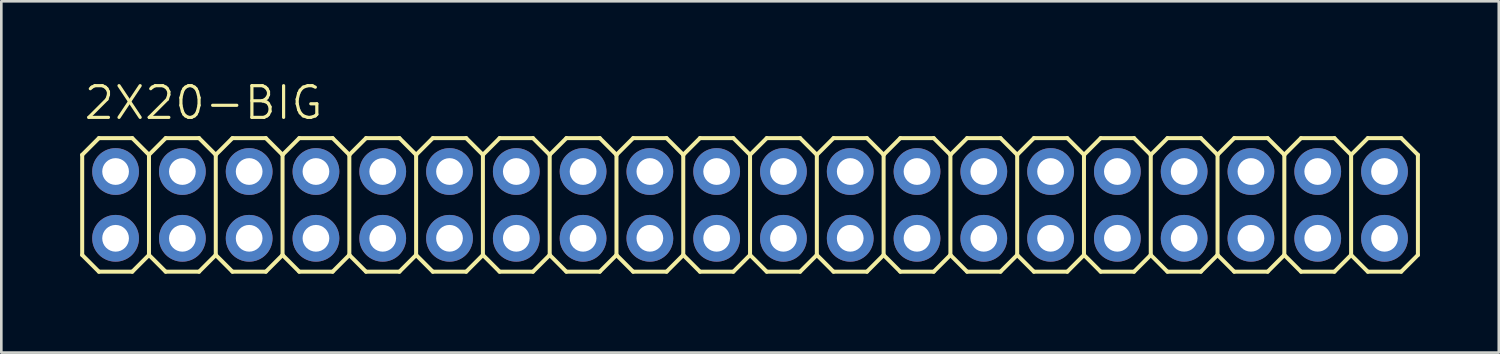
<source format=kicad_pcb>
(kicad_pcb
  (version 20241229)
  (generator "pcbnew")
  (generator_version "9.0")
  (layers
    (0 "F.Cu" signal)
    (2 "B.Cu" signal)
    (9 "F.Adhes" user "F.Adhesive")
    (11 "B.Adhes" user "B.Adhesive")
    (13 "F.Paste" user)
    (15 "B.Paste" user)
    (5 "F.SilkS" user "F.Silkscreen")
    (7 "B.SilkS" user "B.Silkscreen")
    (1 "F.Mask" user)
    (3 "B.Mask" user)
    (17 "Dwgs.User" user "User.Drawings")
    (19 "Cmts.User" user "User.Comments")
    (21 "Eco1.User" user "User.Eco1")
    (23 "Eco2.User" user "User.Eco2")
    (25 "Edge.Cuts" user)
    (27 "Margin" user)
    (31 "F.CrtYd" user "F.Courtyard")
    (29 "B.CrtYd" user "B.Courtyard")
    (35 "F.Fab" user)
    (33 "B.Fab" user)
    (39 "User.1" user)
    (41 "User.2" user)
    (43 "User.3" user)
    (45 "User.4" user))
  (footprint "2X20-BIG"
    (layer "F.Cu")
    (at 25.476 4.743)
    (property "Reference" "2X20-BIG" (at -25.4 -3.175 0) (layer "F.SilkS") (effects (font (size 1.206 1.206) (thickness 0.121)) (justify left bottom)))
    (attr through_hole)
    (fp_line (start -25.4 -1.905) (end -24.765 -2.54) (stroke (width 0.152) (type solid)) (layer "F.SilkS"))
    (fp_line (start -25.4 1.905) (end -25.4 -1.905) (stroke (width 0.152) (type solid)) (layer "F.SilkS"))
    (fp_line (start -25.4 1.905) (end -24.765 2.54) (stroke (width 0.152) (type solid)) (layer "F.SilkS"))
    (fp_line (start -24.765 -2.54) (end -23.495 -2.54) (stroke (width 0.152) (type solid)) (layer "F.SilkS"))
    (fp_line (start -24.765 2.54) (end -23.495 2.54) (stroke (width 0.152) (type solid)) (layer "F.SilkS"))
    (fp_line (start -23.495 -2.54) (end -22.86 -1.905) (stroke (width 0.152) (type solid)) (layer "F.SilkS"))
    (fp_line (start -23.495 2.54) (end -22.86 1.905) (stroke (width 0.152) (type solid)) (layer "F.SilkS"))
    (fp_line (start -22.86 -1.905) (end -22.86 1.905) (stroke (width 0.152) (type solid)) (layer "F.SilkS"))
    (fp_line (start -22.86 -1.905) (end -22.225 -2.54) (stroke (width 0.152) (type solid)) (layer "F.SilkS"))
    (fp_line (start -22.86 1.905) (end -22.225 2.54) (stroke (width 0.152) (type solid)) (layer "F.SilkS"))
    (fp_line (start -22.225 -2.54) (end -20.955 -2.54) (stroke (width 0.152) (type solid)) (layer "F.SilkS"))
    (fp_line (start -22.225 2.54) (end -20.955 2.54) (stroke (width 0.152) (type solid)) (layer "F.SilkS"))
    (fp_line (start -20.955 -2.54) (end -20.32 -1.905) (stroke (width 0.152) (type solid)) (layer "F.SilkS"))
    (fp_line (start -20.955 2.54) (end -20.32 1.905) (stroke (width 0.152) (type solid)) (layer "F.SilkS"))
    (fp_line (start -20.32 -1.905) (end -20.32 1.905) (stroke (width 0.152) (type solid)) (layer "F.SilkS"))
    (fp_line (start -20.32 -1.905) (end -19.685 -2.54) (stroke (width 0.152) (type solid)) (layer "F.SilkS"))
    (fp_line (start -20.32 1.905) (end -19.685 2.54) (stroke (width 0.152) (type solid)) (layer "F.SilkS"))
    (fp_line (start -19.685 -2.54) (end -18.415 -2.54) (stroke (width 0.152) (type solid)) (layer "F.SilkS"))
    (fp_line (start -19.685 2.54) (end -18.415 2.54) (stroke (width 0.152) (type solid)) (layer "F.SilkS"))
    (fp_line (start -18.415 -2.54) (end -17.78 -1.905) (stroke (width 0.152) (type solid)) (layer "F.SilkS"))
    (fp_line (start -18.415 2.54) (end -17.78 1.905) (stroke (width 0.152) (type solid)) (layer "F.SilkS"))
    (fp_line (start -17.78 -1.905) (end -17.78 1.905) (stroke (width 0.152) (type solid)) (layer "F.SilkS"))
    (fp_line (start -17.78 -1.905) (end -17.145 -2.54) (stroke (width 0.152) (type solid)) (layer "F.SilkS"))
    (fp_line (start -17.78 1.905) (end -17.145 2.54) (stroke (width 0.152) (type solid)) (layer "F.SilkS"))
    (fp_line (start -17.145 -2.54) (end -15.875 -2.54) (stroke (width 0.152) (type solid)) (layer "F.SilkS"))
    (fp_line (start -17.145 2.54) (end -15.875 2.54) (stroke (width 0.152) (type solid)) (layer "F.SilkS"))
    (fp_line (start -15.875 -2.54) (end -15.24 -1.905) (stroke (width 0.152) (type solid)) (layer "F.SilkS"))
    (fp_line (start -15.875 2.54) (end -15.24 1.905) (stroke (width 0.152) (type solid)) (layer "F.SilkS"))
    (fp_line (start -15.24 -1.905) (end -15.24 1.905) (stroke (width 0.152) (type solid)) (layer "F.SilkS"))
    (fp_line (start -15.24 -1.905) (end -14.605 -2.54) (stroke (width 0.152) (type solid)) (layer "F.SilkS"))
    (fp_line (start -15.24 1.905) (end -14.605 2.54) (stroke (width 0.152) (type solid)) (layer "F.SilkS"))
    (fp_line (start -14.605 -2.54) (end -13.335 -2.54) (stroke (width 0.152) (type solid)) (layer "F.SilkS"))
    (fp_line (start -14.605 2.54) (end -13.335 2.54) (stroke (width 0.152) (type solid)) (layer "F.SilkS"))
    (fp_line (start -13.335 -2.54) (end -12.7 -1.905) (stroke (width 0.152) (type solid)) (layer "F.SilkS"))
    (fp_line (start -13.335 2.54) (end -12.7 1.905) (stroke (width 0.152) (type solid)) (layer "F.SilkS"))
    (fp_line (start -12.7 -1.905) (end -12.7 1.905) (stroke (width 0.152) (type solid)) (layer "F.SilkS"))
    (fp_line (start -12.7 -1.905) (end -12.065 -2.54) (stroke (width 0.152) (type solid)) (layer "F.SilkS"))
    (fp_line (start -12.7 1.905) (end -12.065 2.54) (stroke (width 0.152) (type solid)) (layer "F.SilkS"))
    (fp_line (start -12.065 -2.54) (end -10.795 -2.54) (stroke (width 0.152) (type solid)) (layer "F.SilkS"))
    (fp_line (start -12.065 2.54) (end -10.795 2.54) (stroke (width 0.152) (type solid)) (layer "F.SilkS"))
    (fp_line (start -10.795 -2.54) (end -10.16 -1.905) (stroke (width 0.152) (type solid)) (layer "F.SilkS"))
    (fp_line (start -10.795 2.54) (end -10.16 1.905) (stroke (width 0.152) (type solid)) (layer "F.SilkS"))
    (fp_line (start -10.16 -1.905) (end -10.16 1.905) (stroke (width 0.152) (type solid)) (layer "F.SilkS"))
    (fp_line (start -10.16 -1.905) (end -9.525 -2.54) (stroke (width 0.152) (type solid)) (layer "F.SilkS"))
    (fp_line (start -10.16 1.905) (end -9.525 2.54) (stroke (width 0.152) (type solid)) (layer "F.SilkS"))
    (fp_line (start -9.525 -2.54) (end -8.255 -2.54) (stroke (width 0.152) (type solid)) (layer "F.SilkS"))
    (fp_line (start -8.255 -2.54) (end -7.62 -1.905) (stroke (width 0.152) (type solid)) (layer "F.SilkS"))
    (fp_line (start -8.255 2.54) (end -9.525 2.54) (stroke (width 0.152) (type solid)) (layer "F.SilkS"))
    (fp_line (start -7.62 -1.905) (end -7.62 1.905) (stroke (width 0.152) (type solid)) (layer "F.SilkS"))
    (fp_line (start -7.62 -1.905) (end -6.985 -2.54) (stroke (width 0.152) (type solid)) (layer "F.SilkS"))
    (fp_line (start -7.62 1.905) (end -8.255 2.54) (stroke (width 0.152) (type solid)) (layer "F.SilkS"))
    (fp_line (start -7.62 1.905) (end -6.985 2.54) (stroke (width 0.152) (type solid)) (layer "F.SilkS"))
    (fp_line (start -6.985 -2.54) (end -5.715 -2.54) (stroke (width 0.152) (type solid)) (layer "F.SilkS"))
    (fp_line (start -5.715 -2.54) (end -5.08 -1.905) (stroke (width 0.152) (type solid)) (layer "F.SilkS"))
    (fp_line (start -5.715 2.54) (end -6.985 2.54) (stroke (width 0.152) (type solid)) (layer "F.SilkS"))
    (fp_line (start -5.08 -1.905) (end -5.08 1.905) (stroke (width 0.152) (type solid)) (layer "F.SilkS"))
    (fp_line (start -5.08 -1.905) (end -4.445 -2.54) (stroke (width 0.152) (type solid)) (layer "F.SilkS"))
    (fp_line (start -5.08 1.905) (end -5.715 2.54) (stroke (width 0.152) (type solid)) (layer "F.SilkS"))
    (fp_line (start -5.08 1.905) (end -4.445 2.54) (stroke (width 0.152) (type solid)) (layer "F.SilkS"))
    (fp_line (start -4.445 -2.54) (end -3.175 -2.54) (stroke (width 0.152) (type solid)) (layer "F.SilkS"))
    (fp_line (start -3.175 -2.54) (end -2.54 -1.905) (stroke (width 0.152) (type solid)) (layer "F.SilkS"))
    (fp_line (start -3.175 2.54) (end -4.445 2.54) (stroke (width 0.152) (type solid)) (layer "F.SilkS"))
    (fp_line (start -2.54 -1.905) (end -2.54 1.905) (stroke (width 0.152) (type solid)) (layer "F.SilkS"))
    (fp_line (start -2.54 -1.905) (end -1.905 -2.54) (stroke (width 0.152) (type solid)) (layer "F.SilkS"))
    (fp_line (start -2.54 1.905) (end -3.175 2.54) (stroke (width 0.152) (type solid)) (layer "F.SilkS"))
    (fp_line (start -2.54 1.905) (end -1.905 2.54) (stroke (width 0.152) (type solid)) (layer "F.SilkS"))
    (fp_line (start -1.905 -2.54) (end -0.635 -2.54) (stroke (width 0.152) (type solid)) (layer "F.SilkS"))
    (fp_line (start -0.635 -2.54) (end 0 -1.905) (stroke (width 0.152) (type solid)) (layer "F.SilkS"))
    (fp_line (start -0.635 2.54) (end -1.905 2.54) (stroke (width 0.152) (type solid)) (layer "F.SilkS"))
    (fp_line (start 0 -1.905) (end 0 1.905) (stroke (width 0.152) (type solid)) (layer "F.SilkS"))
    (fp_line (start 0 -1.905) (end 0.635 -2.54) (stroke (width 0.152) (type solid)) (layer "F.SilkS"))
    (fp_line (start 0 1.905) (end -0.635 2.54) (stroke (width 0.152) (type solid)) (layer "F.SilkS"))
    (fp_line (start 0 1.905) (end 0.635 2.54) (stroke (width 0.152) (type solid)) (layer "F.SilkS"))
    (fp_line (start 0.635 -2.54) (end 1.905 -2.54) (stroke (width 0.152) (type solid)) (layer "F.SilkS"))
    (fp_line (start 1.905 -2.54) (end 2.54 -1.905) (stroke (width 0.152) (type solid)) (layer "F.SilkS"))
    (fp_line (start 1.905 2.54) (end 0.635 2.54) (stroke (width 0.152) (type solid)) (layer "F.SilkS"))
    (fp_line (start 2.54 -1.905) (end 2.54 1.905) (stroke (width 0.152) (type solid)) (layer "F.SilkS"))
    (fp_line (start 2.54 -1.905) (end 3.175 -2.54) (stroke (width 0.152) (type solid)) (layer "F.SilkS"))
    (fp_line (start 2.54 1.905) (end 1.905 2.54) (stroke (width 0.152) (type solid)) (layer "F.SilkS"))
    (fp_line (start 2.54 1.905) (end 3.175 2.54) (stroke (width 0.152) (type solid)) (layer "F.SilkS"))
    (fp_line (start 3.175 -2.54) (end 4.445 -2.54) (stroke (width 0.152) (type solid)) (layer "F.SilkS"))
    (fp_line (start 4.445 2.54) (end 3.175 2.54) (stroke (width 0.152) (type solid)) (layer "F.SilkS"))
    (fp_line (start 5.08 -1.905) (end 4.445 -2.54) (stroke (width 0.152) (type solid)) (layer "F.SilkS"))
    (fp_line (start 5.08 -1.905) (end 5.08 1.905) (stroke (width 0.152) (type solid)) (layer "F.SilkS"))
    (fp_line (start 5.08 -1.905) (end 5.715 -2.54) (stroke (width 0.152) (type solid)) (layer "F.SilkS"))
    (fp_line (start 5.08 1.905) (end 4.445 2.54) (stroke (width 0.152) (type solid)) (layer "F.SilkS"))
    (fp_line (start 5.08 1.905) (end 5.715 2.54) (stroke (width 0.152) (type solid)) (layer "F.SilkS"))
    (fp_line (start 6.985 -2.54) (end 5.715 -2.54) (stroke (width 0.152) (type solid)) (layer "F.SilkS"))
    (fp_line (start 6.985 -2.54) (end 7.62 -1.905) (stroke (width 0.152) (type solid)) (layer "F.SilkS"))
    (fp_line (start 6.985 2.54) (end 5.715 2.54) (stroke (width 0.152) (type solid)) (layer "F.SilkS"))
    (fp_line (start 7.62 -1.905) (end 7.62 1.905) (stroke (width 0.152) (type solid)) (layer "F.SilkS"))
    (fp_line (start 7.62 -1.905) (end 8.255 -2.54) (stroke (width 0.152) (type solid)) (layer "F.SilkS"))
    (fp_line (start 7.62 1.905) (end 6.985 2.54) (stroke (width 0.152) (type solid)) (layer "F.SilkS"))
    (fp_line (start 7.62 1.905) (end 8.255 2.54) (stroke (width 0.152) (type solid)) (layer "F.SilkS"))
    (fp_line (start 9.525 -2.54) (end 8.255 -2.54) (stroke (width 0.152) (type solid)) (layer "F.SilkS"))
    (fp_line (start 9.525 -2.54) (end 10.16 -1.905) (stroke (width 0.152) (type solid)) (layer "F.SilkS"))
    (fp_line (start 9.525 2.54) (end 8.255 2.54) (stroke (width 0.152) (type solid)) (layer "F.SilkS"))
    (fp_line (start 10.16 -1.905) (end 10.16 1.905) (stroke (width 0.152) (type solid)) (layer "F.SilkS"))
    (fp_line (start 10.16 -1.905) (end 10.795 -2.54) (stroke (width 0.152) (type solid)) (layer "F.SilkS"))
    (fp_line (start 10.16 1.905) (end 9.525 2.54) (stroke (width 0.152) (type solid)) (layer "F.SilkS"))
    (fp_line (start 10.795 2.54) (end 10.16 1.905) (stroke (width 0.152) (type solid)) (layer "F.SilkS"))
    (fp_line (start 10.795 2.54) (end 12.065 2.54) (stroke (width 0.152) (type solid)) (layer "F.SilkS"))
    (fp_line (start 12.065 -2.54) (end 10.795 -2.54) (stroke (width 0.152) (type solid)) (layer "F.SilkS"))
    (fp_line (start 12.065 -2.54) (end 12.7 -1.905) (stroke (width 0.152) (type solid)) (layer "F.SilkS"))
    (fp_line (start 12.7 -1.905) (end 12.7 1.905) (stroke (width 0.152) (type solid)) (layer "F.SilkS"))
    (fp_line (start 12.7 -1.905) (end 13.335 -2.54) (stroke (width 0.152) (type solid)) (layer "F.SilkS"))
    (fp_line (start 12.7 1.905) (end 12.065 2.54) (stroke (width 0.152) (type solid)) (layer "F.SilkS"))
    (fp_line (start 13.335 2.54) (end 12.7 1.905) (stroke (width 0.152) (type solid)) (layer "F.SilkS"))
    (fp_line (start 13.335 2.54) (end 14.605 2.54) (stroke (width 0.152) (type solid)) (layer "F.SilkS"))
    (fp_line (start 14.605 -2.54) (end 13.335 -2.54) (stroke (width 0.152) (type solid)) (layer "F.SilkS"))
    (fp_line (start 14.605 -2.54) (end 15.24 -1.905) (stroke (width 0.152) (type solid)) (layer "F.SilkS"))
    (fp_line (start 15.24 -1.905) (end 15.24 1.905) (stroke (width 0.152) (type solid)) (layer "F.SilkS"))
    (fp_line (start 15.24 -1.905) (end 15.875 -2.54) (stroke (width 0.152) (type solid)) (layer "F.SilkS"))
    (fp_line (start 15.24 1.905) (end 14.605 2.54) (stroke (width 0.152) (type solid)) (layer "F.SilkS"))
    (fp_line (start 15.24 1.905) (end 15.875 2.54) (stroke (width 0.152) (type solid)) (layer "F.SilkS"))
    (fp_line (start 17.145 -2.54) (end 15.875 -2.54) (stroke (width 0.152) (type solid)) (layer "F.SilkS"))
    (fp_line (start 17.145 -2.54) (end 17.78 -1.905) (stroke (width 0.152) (type solid)) (layer "F.SilkS"))
    (fp_line (start 17.145 2.54) (end 15.875 2.54) (stroke (width 0.152) (type solid)) (layer "F.SilkS"))
    (fp_line (start 17.78 -1.905) (end 17.78 1.905) (stroke (width 0.152) (type solid)) (layer "F.SilkS"))
    (fp_line (start 17.78 -1.905) (end 18.415 -2.54) (stroke (width 0.152) (type solid)) (layer "F.SilkS"))
    (fp_line (start 17.78 1.905) (end 17.145 2.54) (stroke (width 0.152) (type solid)) (layer "F.SilkS"))
    (fp_line (start 17.78 1.905) (end 18.415 2.54) (stroke (width 0.152) (type solid)) (layer "F.SilkS"))
    (fp_line (start 19.685 -2.54) (end 18.415 -2.54) (stroke (width 0.152) (type solid)) (layer "F.SilkS"))
    (fp_line (start 19.685 -2.54) (end 20.32 -1.905) (stroke (width 0.152) (type solid)) (layer "F.SilkS"))
    (fp_line (start 19.685 2.54) (end 18.415 2.54) (stroke (width 0.152) (type solid)) (layer "F.SilkS"))
    (fp_line (start 20.32 -1.905) (end 20.32 1.905) (stroke (width 0.152) (type solid)) (layer "F.SilkS"))
    (fp_line (start 20.32 -1.905) (end 20.955 -2.54) (stroke (width 0.152) (type solid)) (layer "F.SilkS"))
    (fp_line (start 20.32 1.905) (end 19.685 2.54) (stroke (width 0.152) (type solid)) (layer "F.SilkS"))
    (fp_line (start 20.32 1.905) (end 20.955 2.54) (stroke (width 0.152) (type solid)) (layer "F.SilkS"))
    (fp_line (start 22.225 -2.54) (end 20.955 -2.54) (stroke (width 0.152) (type solid)) (layer "F.SilkS"))
    (fp_line (start 22.225 -2.54) (end 22.86 -1.905) (stroke (width 0.152) (type solid)) (layer "F.SilkS"))
    (fp_line (start 22.225 2.54) (end 20.955 2.54) (stroke (width 0.152) (type solid)) (layer "F.SilkS"))
    (fp_line (start 22.86 -1.905) (end 22.86 1.905) (stroke (width 0.152) (type solid)) (layer "F.SilkS"))
    (fp_line (start 22.86 -1.905) (end 23.495 -2.54) (stroke (width 0.152) (type solid)) (layer "F.SilkS"))
    (fp_line (start 22.86 1.905) (end 22.225 2.54) (stroke (width 0.152) (type solid)) (layer "F.SilkS"))
    (fp_line (start 22.86 1.905) (end 23.495 2.54) (stroke (width 0.152) (type solid)) (layer "F.SilkS"))
    (fp_line (start 24.765 -2.54) (end 23.495 -2.54) (stroke (width 0.152) (type solid)) (layer "F.SilkS"))
    (fp_line (start 24.765 -2.54) (end 25.4 -1.905) (stroke (width 0.152) (type solid)) (layer "F.SilkS"))
    (fp_line (start 24.765 2.54) (end 23.495 2.54) (stroke (width 0.152) (type solid)) (layer "F.SilkS"))
    (fp_line (start 25.4 -1.905) (end 25.4 1.905) (stroke (width 0.152) (type solid)) (layer "F.SilkS"))
    (fp_line (start 25.4 1.905) (end 24.765 2.54) (stroke (width 0.152) (type solid)) (layer "F.SilkS"))
    (fp_poly (pts (xy -24.384 -1.016) (xy -23.876 -1.016) (xy -23.876 -1.524) (xy -24.384 -1.524)) (stroke (width 0.1) (type solid)) (fill no) (layer "F.Fab"))
    (fp_poly (pts (xy -24.384 1.524) (xy -23.876 1.524) (xy -23.876 1.016) (xy -24.384 1.016)) (stroke (width 0.1) (type solid)) (fill no) (layer "F.Fab"))
    (fp_poly (pts (xy -21.844 -1.016) (xy -21.336 -1.016) (xy -21.336 -1.524) (xy -21.844 -1.524)) (stroke (width 0.1) (type solid)) (fill no) (layer "F.Fab"))
    (fp_poly (pts (xy -21.844 1.524) (xy -21.336 1.524) (xy -21.336 1.016) (xy -21.844 1.016)) (stroke (width 0.1) (type solid)) (fill no) (layer "F.Fab"))
    (fp_poly (pts (xy -19.304 -1.016) (xy -18.796 -1.016) (xy -18.796 -1.524) (xy -19.304 -1.524)) (stroke (width 0.1) (type solid)) (fill no) (layer "F.Fab"))
    (fp_poly (pts (xy -19.304 1.524) (xy -18.796 1.524) (xy -18.796 1.016) (xy -19.304 1.016)) (stroke (width 0.1) (type solid)) (fill no) (layer "F.Fab"))
    (fp_poly (pts (xy -16.764 -1.016) (xy -16.256 -1.016) (xy -16.256 -1.524) (xy -16.764 -1.524)) (stroke (width 0.1) (type solid)) (fill no) (layer "F.Fab"))
    (fp_poly (pts (xy -16.764 1.524) (xy -16.256 1.524) (xy -16.256 1.016) (xy -16.764 1.016)) (stroke (width 0.1) (type solid)) (fill no) (layer "F.Fab"))
    (fp_poly (pts (xy -14.224 -1.016) (xy -13.716 -1.016) (xy -13.716 -1.524) (xy -14.224 -1.524)) (stroke (width 0.1) (type solid)) (fill no) (layer "F.Fab"))
    (fp_poly (pts (xy -14.224 1.524) (xy -13.716 1.524) (xy -13.716 1.016) (xy -14.224 1.016)) (stroke (width 0.1) (type solid)) (fill no) (layer "F.Fab"))
    (fp_poly (pts (xy -11.684 -1.016) (xy -11.176 -1.016) (xy -11.176 -1.524) (xy -11.684 -1.524)) (stroke (width 0.1) (type solid)) (fill no) (layer "F.Fab"))
    (fp_poly (pts (xy -11.684 1.524) (xy -11.176 1.524) (xy -11.176 1.016) (xy -11.684 1.016)) (stroke (width 0.1) (type solid)) (fill no) (layer "F.Fab"))
    (fp_poly (pts (xy -9.144 -1.016) (xy -8.636 -1.016) (xy -8.636 -1.524) (xy -9.144 -1.524)) (stroke (width 0.1) (type solid)) (fill no) (layer "F.Fab"))
    (fp_poly (pts (xy -9.144 1.524) (xy -8.636 1.524) (xy -8.636 1.016) (xy -9.144 1.016)) (stroke (width 0.1) (type solid)) (fill no) (layer "F.Fab"))
    (fp_poly (pts (xy -6.604 -1.016) (xy -6.096 -1.016) (xy -6.096 -1.524) (xy -6.604 -1.524)) (stroke (width 0.1) (type solid)) (fill no) (layer "F.Fab"))
    (fp_poly (pts (xy -6.604 1.524) (xy -6.096 1.524) (xy -6.096 1.016) (xy -6.604 1.016)) (stroke (width 0.1) (type solid)) (fill no) (layer "F.Fab"))
    (fp_poly (pts (xy -4.064 -1.016) (xy -3.556 -1.016) (xy -3.556 -1.524) (xy -4.064 -1.524)) (stroke (width 0.1) (type solid)) (fill no) (layer "F.Fab"))
    (fp_poly (pts (xy -4.064 1.524) (xy -3.556 1.524) (xy -3.556 1.016) (xy -4.064 1.016)) (stroke (width 0.1) (type solid)) (fill no) (layer "F.Fab"))
    (fp_poly (pts (xy -1.524 -1.016) (xy -1.016 -1.016) (xy -1.016 -1.524) (xy -1.524 -1.524)) (stroke (width 0.1) (type solid)) (fill no) (layer "F.Fab"))
    (fp_poly (pts (xy -1.524 1.524) (xy -1.016 1.524) (xy -1.016 1.016) (xy -1.524 1.016)) (stroke (width 0.1) (type solid)) (fill no) (layer "F.Fab"))
    (fp_poly (pts (xy 1.016 -1.016) (xy 1.524 -1.016) (xy 1.524 -1.524) (xy 1.016 -1.524)) (stroke (width 0.1) (type solid)) (fill no) (layer "F.Fab"))
    (fp_poly (pts (xy 1.016 1.524) (xy 1.524 1.524) (xy 1.524 1.016) (xy 1.016 1.016)) (stroke (width 0.1) (type solid)) (fill no) (layer "F.Fab"))
    (fp_poly (pts (xy 3.556 -1.016) (xy 4.064 -1.016) (xy 4.064 -1.524) (xy 3.556 -1.524)) (stroke (width 0.1) (type solid)) (fill no) (layer "F.Fab"))
    (fp_poly (pts (xy 3.556 1.524) (xy 4.064 1.524) (xy 4.064 1.016) (xy 3.556 1.016)) (stroke (width 0.1) (type solid)) (fill no) (layer "F.Fab"))
    (fp_poly (pts (xy 6.096 -1.016) (xy 6.604 -1.016) (xy 6.604 -1.524) (xy 6.096 -1.524)) (stroke (width 0.1) (type solid)) (fill no) (layer "F.Fab"))
    (fp_poly (pts (xy 6.096 1.524) (xy 6.604 1.524) (xy 6.604 1.016) (xy 6.096 1.016)) (stroke (width 0.1) (type solid)) (fill no) (layer "F.Fab"))
    (fp_poly (pts (xy 8.636 -1.016) (xy 9.144 -1.016) (xy 9.144 -1.524) (xy 8.636 -1.524)) (stroke (width 0.1) (type solid)) (fill no) (layer "F.Fab"))
    (fp_poly (pts (xy 8.636 1.524) (xy 9.144 1.524) (xy 9.144 1.016) (xy 8.636 1.016)) (stroke (width 0.1) (type solid)) (fill no) (layer "F.Fab"))
    (fp_poly (pts (xy 11.176 -1.016) (xy 11.684 -1.016) (xy 11.684 -1.524) (xy 11.176 -1.524)) (stroke (width 0.1) (type solid)) (fill no) (layer "F.Fab"))
    (fp_poly (pts (xy 11.176 1.524) (xy 11.684 1.524) (xy 11.684 1.016) (xy 11.176 1.016)) (stroke (width 0.1) (type solid)) (fill no) (layer "F.Fab"))
    (fp_poly (pts (xy 13.716 -1.016) (xy 14.224 -1.016) (xy 14.224 -1.524) (xy 13.716 -1.524)) (stroke (width 0.1) (type solid)) (fill no) (layer "F.Fab"))
    (fp_poly (pts (xy 13.716 1.524) (xy 14.224 1.524) (xy 14.224 1.016) (xy 13.716 1.016)) (stroke (width 0.1) (type solid)) (fill no) (layer "F.Fab"))
    (fp_poly (pts (xy 16.256 -1.016) (xy 16.764 -1.016) (xy 16.764 -1.524) (xy 16.256 -1.524)) (stroke (width 0.1) (type solid)) (fill no) (layer "F.Fab"))
    (fp_poly (pts (xy 16.256 1.524) (xy 16.764 1.524) (xy 16.764 1.016) (xy 16.256 1.016)) (stroke (width 0.1) (type solid)) (fill no) (layer "F.Fab"))
    (fp_poly (pts (xy 18.796 -1.016) (xy 19.304 -1.016) (xy 19.304 -1.524) (xy 18.796 -1.524)) (stroke (width 0.1) (type solid)) (fill no) (layer "F.Fab"))
    (fp_poly (pts (xy 18.796 1.524) (xy 19.304 1.524) (xy 19.304 1.016) (xy 18.796 1.016)) (stroke (width 0.1) (type solid)) (fill no) (layer "F.Fab"))
    (fp_poly (pts (xy 21.336 -1.016) (xy 21.844 -1.016) (xy 21.844 -1.524) (xy 21.336 -1.524)) (stroke (width 0.1) (type solid)) (fill no) (layer "F.Fab"))
    (fp_poly (pts (xy 21.336 1.524) (xy 21.844 1.524) (xy 21.844 1.016) (xy 21.336 1.016)) (stroke (width 0.1) (type solid)) (fill no) (layer "F.Fab"))
    (fp_poly (pts (xy 23.876 -1.016) (xy 24.384 -1.016) (xy 24.384 -1.524) (xy 23.876 -1.524)) (stroke (width 0.1) (type solid)) (fill no) (layer "F.Fab"))
    (fp_poly (pts (xy 23.876 1.524) (xy 24.384 1.524) (xy 24.384 1.016) (xy 23.876 1.016)) (stroke (width 0.1) (type solid)) (fill no) (layer "F.Fab"))
    (pad "1" thru_hole circle (at -24.13 1.27) (size 1.778 1.778) (drill 1.016) (layers "*.Cu" "*.Mask"))
    (pad "2" thru_hole circle (at -24.13 -1.27) (size 1.778 1.778) (drill 1.016) (layers "*.Cu" "*.Mask"))
    (pad "3" thru_hole circle (at -21.59 1.27) (size 1.778 1.778) (drill 1.016) (layers "*.Cu" "*.Mask"))
    (pad "4" thru_hole circle (at -21.59 -1.27) (size 1.778 1.778) (drill 1.016) (layers "*.Cu" "*.Mask"))
    (pad "5" thru_hole circle (at -19.05 1.27) (size 1.778 1.778) (drill 1.016) (layers "*.Cu" "*.Mask"))
    (pad "6" thru_hole circle (at -19.05 -1.27) (size 1.778 1.778) (drill 1.016) (layers "*.Cu" "*.Mask"))
    (pad "7" thru_hole circle (at -16.51 1.27) (size 1.778 1.778) (drill 1.016) (layers "*.Cu" "*.Mask"))
    (pad "8" thru_hole circle (at -16.51 -1.27) (size 1.778 1.778) (drill 1.016) (layers "*.Cu" "*.Mask"))
    (pad "9" thru_hole circle (at -13.97 1.27) (size 1.778 1.778) (drill 1.016) (layers "*.Cu" "*.Mask"))
    (pad "10" thru_hole circle (at -13.97 -1.27) (size 1.778 1.778) (drill 1.016) (layers "*.Cu" "*.Mask"))
    (pad "11" thru_hole circle (at -11.43 1.27) (size 1.778 1.778) (drill 1.016) (layers "*.Cu" "*.Mask"))
    (pad "12" thru_hole circle (at -11.43 -1.27) (size 1.778 1.778) (drill 1.016) (layers "*.Cu" "*.Mask"))
    (pad "13" thru_hole circle (at -8.89 1.27) (size 1.778 1.778) (drill 1.016) (layers "*.Cu" "*.Mask"))
    (pad "14" thru_hole circle (at -8.89 -1.27) (size 1.778 1.778) (drill 1.016) (layers "*.Cu" "*.Mask"))
    (pad "15" thru_hole circle (at -6.35 1.27) (size 1.778 1.778) (drill 1.016) (layers "*.Cu" "*.Mask"))
    (pad "16" thru_hole circle (at -6.35 -1.27) (size 1.778 1.778) (drill 1.016) (layers "*.Cu" "*.Mask"))
    (pad "17" thru_hole circle (at -3.81 1.27) (size 1.778 1.778) (drill 1.016) (layers "*.Cu" "*.Mask"))
    (pad "18" thru_hole circle (at -3.81 -1.27) (size 1.778 1.778) (drill 1.016) (layers "*.Cu" "*.Mask"))
    (pad "19" thru_hole circle (at -1.27 1.27) (size 1.778 1.778) (drill 1.016) (layers "*.Cu" "*.Mask"))
    (pad "20" thru_hole circle (at -1.27 -1.27) (size 1.778 1.778) (drill 1.016) (layers "*.Cu" "*.Mask"))
    (pad "21" thru_hole circle (at 1.27 1.27) (size 1.778 1.778) (drill 1.016) (layers "*.Cu" "*.Mask"))
    (pad "22" thru_hole circle (at 1.27 -1.27) (size 1.778 1.778) (drill 1.016) (layers "*.Cu" "*.Mask"))
    (pad "23" thru_hole circle (at 3.81 1.27) (size 1.778 1.778) (drill 1.016) (layers "*.Cu" "*.Mask"))
    (pad "24" thru_hole circle (at 3.81 -1.27) (size 1.778 1.778) (drill 1.016) (layers "*.Cu" "*.Mask"))
    (pad "25" thru_hole circle (at 6.35 1.27) (size 1.778 1.778) (drill 1.016) (layers "*.Cu" "*.Mask"))
    (pad "26" thru_hole circle (at 6.35 -1.27) (size 1.778 1.778) (drill 1.016) (layers "*.Cu" "*.Mask"))
    (pad "27" thru_hole circle (at 8.89 1.27) (size 1.778 1.778) (drill 1.016) (layers "*.Cu" "*.Mask"))
    (pad "28" thru_hole circle (at 8.89 -1.27) (size 1.778 1.778) (drill 1.016) (layers "*.Cu" "*.Mask"))
    (pad "29" thru_hole circle (at 11.43 1.27) (size 1.778 1.778) (drill 1.016) (layers "*.Cu" "*.Mask"))
    (pad "30" thru_hole circle (at 11.43 -1.27) (size 1.778 1.778) (drill 1.016) (layers "*.Cu" "*.Mask"))
    (pad "31" thru_hole circle (at 13.97 1.27) (size 1.778 1.778) (drill 1.016) (layers "*.Cu" "*.Mask"))
    (pad "32" thru_hole circle (at 13.97 -1.27) (size 1.778 1.778) (drill 1.016) (layers "*.Cu" "*.Mask"))
    (pad "33" thru_hole circle (at 16.51 1.27) (size 1.778 1.778) (drill 1.016) (layers "*.Cu" "*.Mask"))
    (pad "34" thru_hole circle (at 16.51 -1.27) (size 1.778 1.778) (drill 1.016) (layers "*.Cu" "*.Mask"))
    (pad "35" thru_hole circle (at 19.05 1.27) (size 1.778 1.778) (drill 1.016) (layers "*.Cu" "*.Mask"))
    (pad "36" thru_hole circle (at 19.05 -1.27) (size 1.778 1.778) (drill 1.016) (layers "*.Cu" "*.Mask"))
    (pad "37" thru_hole circle (at 21.59 1.27) (size 1.778 1.778) (drill 1.016) (layers "*.Cu" "*.Mask"))
    (pad "38" thru_hole circle (at 21.59 -1.27) (size 1.778 1.778) (drill 1.016) (layers "*.Cu" "*.Mask"))
    (pad "39" thru_hole circle (at 24.13 1.27) (size 1.778 1.778) (drill 1.016) (layers "*.Cu" "*.Mask"))
    (pad "40" thru_hole circle (at 24.13 -1.27) (size 1.778 1.778) (drill 1.016) (layers "*.Cu" "*.Mask")))
  (gr_rect
    (start -3 -3)
    (end 53.952 10.36)
    (stroke (width 0.1) (type default))
    (fill no)
    (layer "Edge.Cuts")))
</source>
